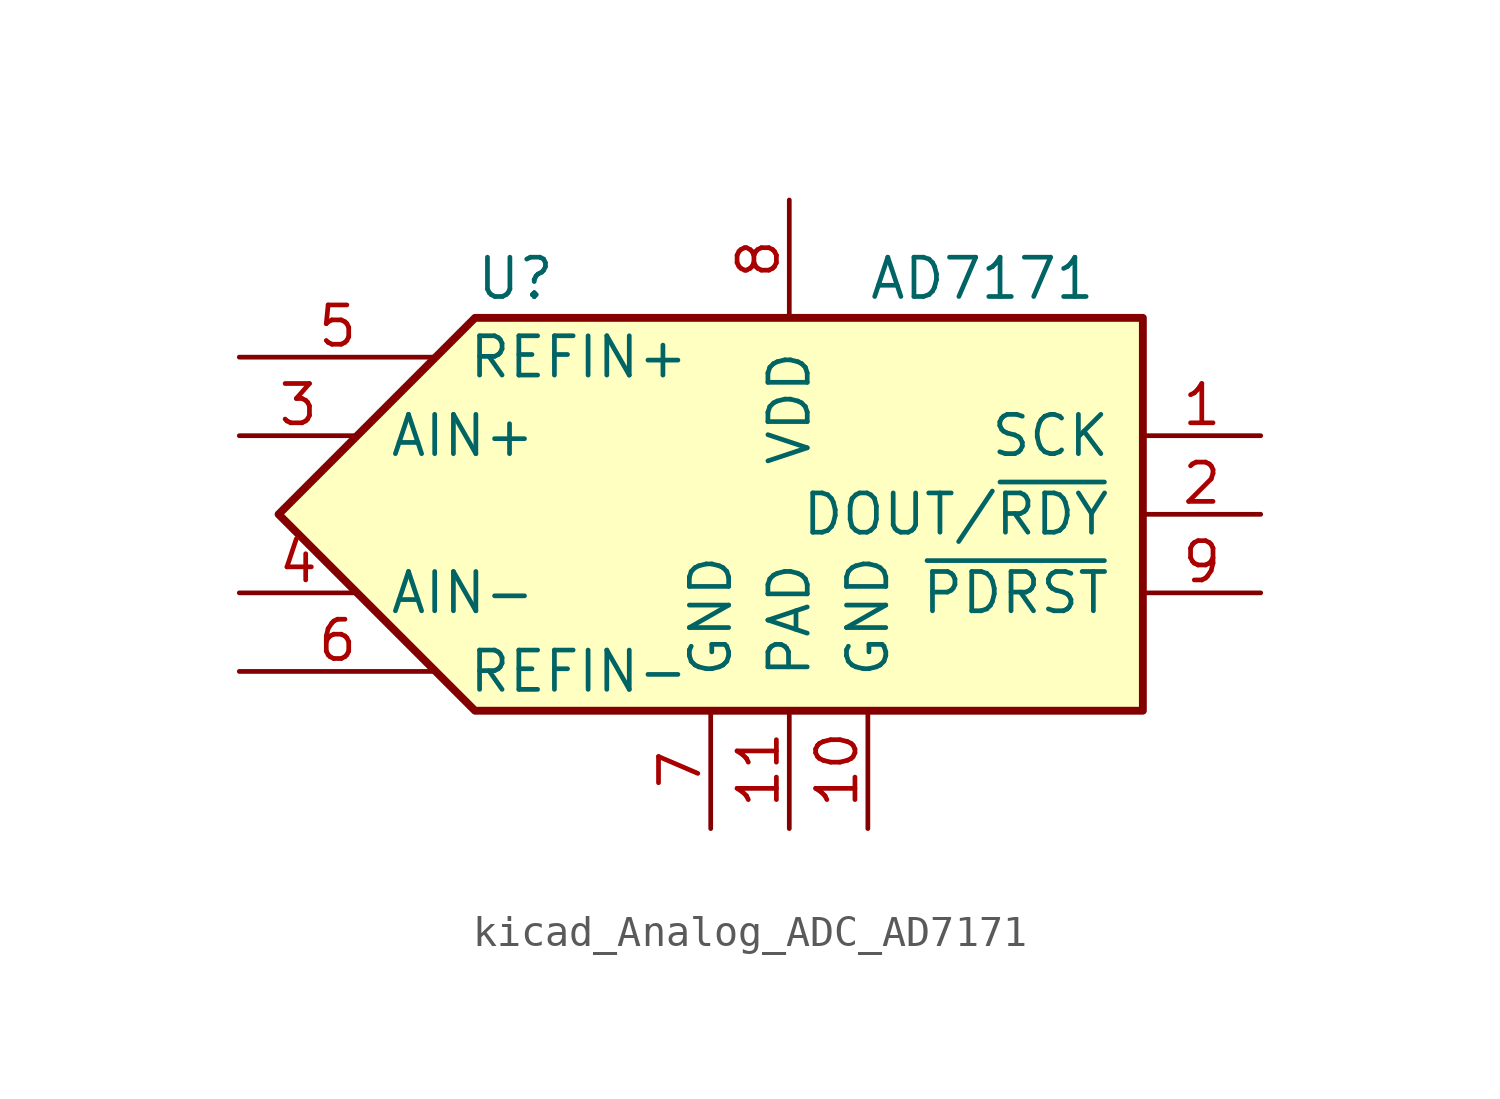
<source format=kicad_sym>
(kicad_symbol_lib
  (version 20220914)
  (generator kicad_symbol_editor)
  (symbol "kicad_Analog_ADC_AD7171"
    (pin_names
      (offset 1.016))
    (property "Reference" "U"
      (at -10.16 7.62 0)
      (effects (font (size 1.27 1.27)) (justify left)))
    (property "Value" "AD7171"
      (at 2.54 7.62 0)
      (effects (font (size 1.27 1.27)) (justify left)))
    (symbol "kicad_Analog_ADC_AD7171_0_1"
      (polyline (pts (xy 11.43 6.35) (xy -10.16 6.35) (xy -16.51 0) (xy -10.16 -6.35) (xy 11.43 -6.35) (xy 11.43 6.35)) (stroke (width 0.254) (type default)) (fill (type background))))
    (symbol "kicad_Analog_ADC_AD7171_1_1"
      (pin input line (at 15.24 2.54 180) (length 3.81) (name "SCK" (effects (font (size 1.27 1.27)))) (number "1" (effects (font (size 1.27 1.27)))))
      (pin power_in line (at 2.54 -10.16 90) (length 3.81) (name "GND" (effects (font (size 1.27 1.27)))) (number "10" (effects (font (size 1.27 1.27)))))
      (pin power_in line (at 0 -10.16 90) (length 3.81) (name "PAD" (effects (font (size 1.27 1.27)))) (number "11" (effects (font (size 1.27 1.27)))))
      (pin tri_state line (at 15.24 0 180) (length 3.81) (name "DOUT/~{RDY}" (effects (font (size 1.27 1.27)))) (number "2" (effects (font (size 1.27 1.27)))))
      (pin passive line (at -17.78 2.54 0) (length 3.81) (name "AIN+" (effects (font (size 1.27 1.27)))) (number "3" (effects (font (size 1.27 1.27)))))
      (pin passive line (at -17.78 -2.54 0) (length 3.81) (name "AIN-" (effects (font (size 1.27 1.27)))) (number "4" (effects (font (size 1.27 1.27)))))
      (pin passive line (at -17.78 5.08 0) (length 6.35) (name "REFIN+" (effects (font (size 1.27 1.27)))) (number "5" (effects (font (size 1.27 1.27)))))
      (pin passive line (at -17.78 -5.08 0) (length 6.35) (name "REFIN-" (effects (font (size 1.27 1.27)))) (number "6" (effects (font (size 1.27 1.27)))))
      (pin power_in line (at -2.54 -10.16 90) (length 3.81) (name "GND" (effects (font (size 1.27 1.27)))) (number "7" (effects (font (size 1.27 1.27)))))
      (pin power_in line (at 0 10.16 270) (length 3.81) (name "VDD" (effects (font (size 1.27 1.27)))) (number "8" (effects (font (size 1.27 1.27)))))
      (pin input line (at 15.24 -2.54 180) (length 3.81) (name "~{PDRST}" (effects (font (size 1.27 1.27)))) (number "9" (effects (font (size 1.27 1.27))))))))
</source>
